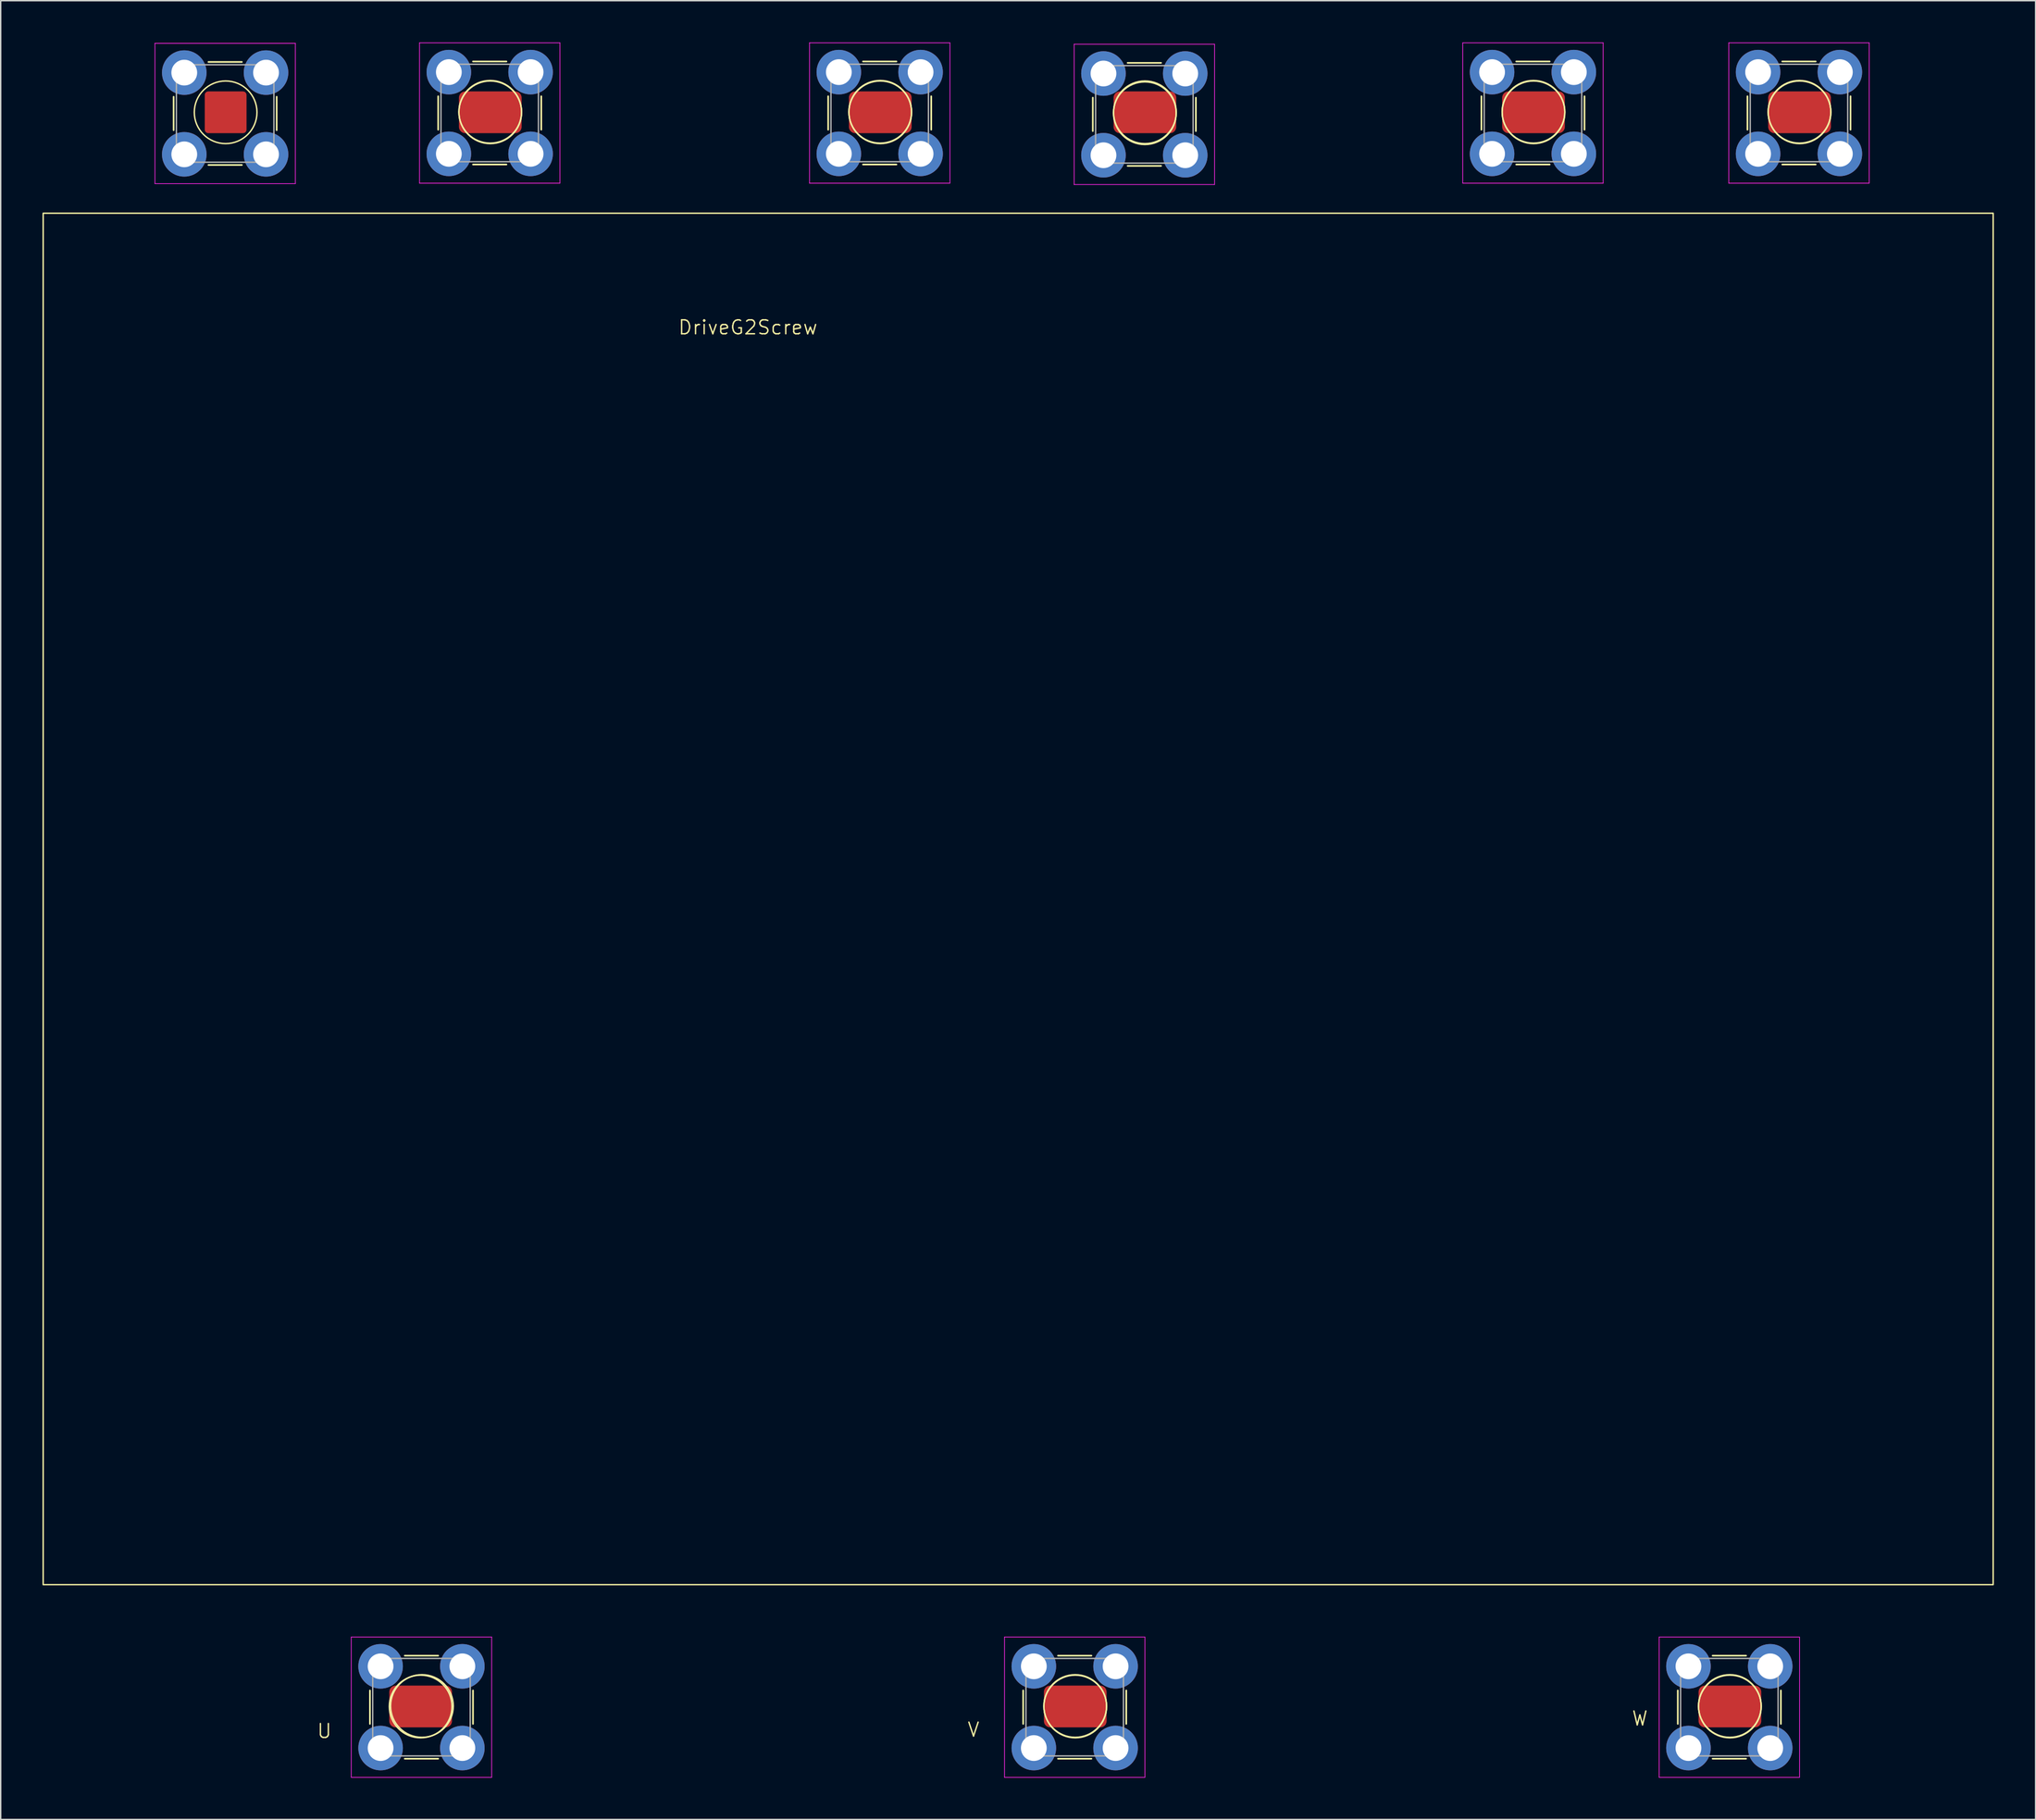
<source format=kicad_pcb>
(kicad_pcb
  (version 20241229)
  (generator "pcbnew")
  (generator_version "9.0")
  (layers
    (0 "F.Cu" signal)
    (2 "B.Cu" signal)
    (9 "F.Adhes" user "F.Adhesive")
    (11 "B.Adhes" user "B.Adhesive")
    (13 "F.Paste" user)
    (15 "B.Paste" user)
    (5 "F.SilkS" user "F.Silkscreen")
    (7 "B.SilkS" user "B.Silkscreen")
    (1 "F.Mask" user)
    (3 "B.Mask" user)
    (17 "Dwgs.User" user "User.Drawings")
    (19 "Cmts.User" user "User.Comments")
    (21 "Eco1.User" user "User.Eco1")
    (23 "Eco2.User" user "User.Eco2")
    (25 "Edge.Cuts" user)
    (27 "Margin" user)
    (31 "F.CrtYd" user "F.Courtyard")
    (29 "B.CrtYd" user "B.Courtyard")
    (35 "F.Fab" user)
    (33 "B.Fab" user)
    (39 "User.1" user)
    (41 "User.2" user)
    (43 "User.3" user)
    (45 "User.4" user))
  (footprint "DriveG2Screw"
    (layer "F.Cu")
    (at 53.55 21.265)
    (property "Reference" "DriveG2Screw" (at -2.9 -0.8 0) (unlocked yes) (layer "F.SilkS") (effects (font (size 1 1) (thickness 0.1))))
    (attr smd)
    (fp_line (start -44.135 -14.965) (end -44.135 -17.365) (stroke (width 0.12) (type solid)) (layer "F.SilkS"))
    (fp_line (start -41.635 -19.865) (end -39.235 -19.865) (stroke (width 0.12) (type solid)) (layer "F.SilkS"))
    (fp_line (start -39.235 -12.465) (end -41.635 -12.465) (stroke (width 0.12) (type solid)) (layer "F.SilkS"))
    (fp_line (start -36.735 -17.365) (end -36.735 -14.965) (stroke (width 0.12) (type solid)) (layer "F.SilkS"))
    (fp_line (start -30.04 99.5) (end -30.04 97.1) (stroke (width 0.12) (type solid)) (layer "F.SilkS"))
    (fp_line (start -27.54 94.6) (end -25.14 94.6) (stroke (width 0.12) (type solid)) (layer "F.SilkS"))
    (fp_line (start -25.14 -15) (end -25.14 -17.4) (stroke (width 0.12) (type solid)) (layer "F.SilkS"))
    (fp_line (start -25.14 102) (end -27.54 102) (stroke (width 0.12) (type solid)) (layer "F.SilkS"))
    (fp_line (start -22.64 -19.9) (end -20.24 -19.9) (stroke (width 0.12) (type solid)) (layer "F.SilkS"))
    (fp_line (start -22.64 97.1) (end -22.64 99.5) (stroke (width 0.12) (type solid)) (layer "F.SilkS"))
    (fp_line (start -20.24 -12.5) (end -22.64 -12.5) (stroke (width 0.12) (type solid)) (layer "F.SilkS"))
    (fp_line (start -17.74 -17.4) (end -17.74 -15) (stroke (width 0.12) (type solid)) (layer "F.SilkS"))
    (fp_line (start 2.86 -15) (end 2.86 -17.4) (stroke (width 0.12) (type solid)) (layer "F.SilkS"))
    (fp_line (start 5.36 -19.9) (end 7.76 -19.9) (stroke (width 0.12) (type solid)) (layer "F.SilkS"))
    (fp_line (start 7.76 -12.5) (end 5.36 -12.5) (stroke (width 0.12) (type solid)) (layer "F.SilkS"))
    (fp_line (start 10.26 -17.4) (end 10.26 -15) (stroke (width 0.12) (type solid)) (layer "F.SilkS"))
    (fp_line (start 16.86 99.5) (end 16.86 97.1) (stroke (width 0.12) (type solid)) (layer "F.SilkS"))
    (fp_line (start 19.36 94.6) (end 21.76 94.6) (stroke (width 0.12) (type solid)) (layer "F.SilkS"))
    (fp_line (start 21.76 102) (end 19.36 102) (stroke (width 0.12) (type solid)) (layer "F.SilkS"))
    (fp_line (start 21.86 -14.9) (end 21.86 -17.3) (stroke (width 0.12) (type solid)) (layer "F.SilkS"))
    (fp_line (start 24.26 97.1) (end 24.26 99.5) (stroke (width 0.12) (type solid)) (layer "F.SilkS"))
    (fp_line (start 24.36 -19.8) (end 26.76 -19.8) (stroke (width 0.12) (type solid)) (layer "F.SilkS"))
    (fp_line (start 26.76 -12.4) (end 24.36 -12.4) (stroke (width 0.12) (type solid)) (layer "F.SilkS"))
    (fp_line (start 29.26 -17.3) (end 29.26 -14.9) (stroke (width 0.12) (type solid)) (layer "F.SilkS"))
    (fp_line (start 49.76 -15) (end 49.76 -17.4) (stroke (width 0.12) (type solid)) (layer "F.SilkS"))
    (fp_line (start 52.26 -19.9) (end 54.66 -19.9) (stroke (width 0.12) (type solid)) (layer "F.SilkS"))
    (fp_line (start 54.66 -12.5) (end 52.26 -12.5) (stroke (width 0.12) (type solid)) (layer "F.SilkS"))
    (fp_line (start 57.16 -17.4) (end 57.16 -15) (stroke (width 0.12) (type solid)) (layer "F.SilkS"))
    (fp_line (start 63.86 99.5) (end 63.86 97.1) (stroke (width 0.12) (type solid)) (layer "F.SilkS"))
    (fp_line (start 66.36 94.6) (end 68.76 94.6) (stroke (width 0.12) (type solid)) (layer "F.SilkS"))
    (fp_line (start 68.76 102) (end 66.36 102) (stroke (width 0.12) (type solid)) (layer "F.SilkS"))
    (fp_line (start 68.86 -15) (end 68.86 -17.4) (stroke (width 0.12) (type solid)) (layer "F.SilkS"))
    (fp_line (start 71.26 97.1) (end 71.26 99.5) (stroke (width 0.12) (type solid)) (layer "F.SilkS"))
    (fp_line (start 71.36 -19.9) (end 73.76 -19.9) (stroke (width 0.12) (type solid)) (layer "F.SilkS"))
    (fp_line (start 73.76 -12.5) (end 71.36 -12.5) (stroke (width 0.12) (type solid)) (layer "F.SilkS"))
    (fp_line (start 76.26 -17.4) (end 76.26 -15) (stroke (width 0.12) (type solid)) (layer "F.SilkS"))
    (fp_rect (start -53.5 -9) (end 86.5 89.5) (stroke (width 0.1) (type default)) (fill no) (layer "F.SilkS"))
    (fp_circle (center -40.4 -16.25) (end -38.15 -16.25) (stroke (width 0.1) (type solid)) (fill no) (layer "F.SilkS"))
    (fp_circle (center -26.4 98.25) (end -24.15 98.25) (stroke (width 0.1) (type solid)) (fill no) (layer "F.SilkS"))
    (fp_circle (center -26.305 98.215) (end -24.055 98.215) (stroke (width 0.1) (type solid)) (fill no) (layer "F.SilkS"))
    (fp_circle (center -21.405 -16.285) (end -19.155 -16.285) (stroke (width 0.1) (type solid)) (fill no) (layer "F.SilkS"))
    (fp_circle (center -21.4 -16.25) (end -19.15 -16.25) (stroke (width 0.1) (type solid)) (fill no) (layer "F.SilkS"))
    (fp_circle (center 6.595 -16.285) (end 8.845 -16.285) (stroke (width 0.1) (type solid)) (fill no) (layer "F.SilkS"))
    (fp_circle (center 6.6 -16.25) (end 8.85 -16.25) (stroke (width 0.1) (type solid)) (fill no) (layer "F.SilkS"))
    (fp_circle (center 20.595 98.215) (end 22.845 98.215) (stroke (width 0.1) (type solid)) (fill no) (layer "F.SilkS"))
    (fp_circle (center 20.6 98.25) (end 22.85 98.25) (stroke (width 0.1) (type solid)) (fill no) (layer "F.SilkS"))
    (fp_circle (center 25.595 -16.185) (end 27.845 -16.185) (stroke (width 0.1) (type solid)) (fill no) (layer "F.SilkS"))
    (fp_circle (center 25.6 -16.25) (end 27.85 -16.25) (stroke (width 0.1) (type solid)) (fill no) (layer "F.SilkS"))
    (fp_circle (center 53.495 -16.285) (end 55.745 -16.285) (stroke (width 0.1) (type solid)) (fill no) (layer "F.SilkS"))
    (fp_circle (center 53.5 -16.25) (end 55.75 -16.25) (stroke (width 0.1) (type solid)) (fill no) (layer "F.SilkS"))
    (fp_circle (center 67.595 98.215) (end 69.845 98.215) (stroke (width 0.1) (type solid)) (fill no) (layer "F.SilkS"))
    (fp_circle (center 67.6 98.25) (end 69.85 98.25) (stroke (width 0.1) (type solid)) (fill no) (layer "F.SilkS"))
    (fp_circle (center 72.595 -16.285) (end 74.845 -16.285) (stroke (width 0.1) (type solid)) (fill no) (layer "F.SilkS"))
    (fp_circle (center 72.6 -16.25) (end 74.85 -16.25) (stroke (width 0.1) (type solid)) (fill no) (layer "F.SilkS"))
    (fp_line (start -45.475 -21.205) (end -35.395 -21.205) (stroke (width 0.05) (type solid)) (layer "F.CrtYd"))
    (fp_line (start -45.475 -11.125) (end -45.475 -21.205) (stroke (width 0.05) (type solid)) (layer "F.CrtYd"))
    (fp_line (start -35.395 -21.205) (end -35.395 -11.125) (stroke (width 0.05) (type solid)) (layer "F.CrtYd"))
    (fp_line (start -35.395 -11.125) (end -45.475 -11.125) (stroke (width 0.05) (type solid)) (layer "F.CrtYd"))
    (fp_line (start -31.38 93.26) (end -21.3 93.26) (stroke (width 0.05) (type solid)) (layer "F.CrtYd"))
    (fp_line (start -31.38 103.34) (end -31.38 93.26) (stroke (width 0.05) (type solid)) (layer "F.CrtYd"))
    (fp_line (start -26.48 -21.24) (end -16.4 -21.24) (stroke (width 0.05) (type solid)) (layer "F.CrtYd"))
    (fp_line (start -26.48 -11.16) (end -26.48 -21.24) (stroke (width 0.05) (type solid)) (layer "F.CrtYd"))
    (fp_line (start -21.3 93.26) (end -21.3 103.34) (stroke (width 0.05) (type solid)) (layer "F.CrtYd"))
    (fp_line (start -21.3 103.34) (end -31.38 103.34) (stroke (width 0.05) (type solid)) (layer "F.CrtYd"))
    (fp_line (start -16.4 -21.24) (end -16.4 -11.16) (stroke (width 0.05) (type solid)) (layer "F.CrtYd"))
    (fp_line (start -16.4 -11.16) (end -26.48 -11.16) (stroke (width 0.05) (type solid)) (layer "F.CrtYd"))
    (fp_line (start 1.52 -21.24) (end 11.6 -21.24) (stroke (width 0.05) (type solid)) (layer "F.CrtYd"))
    (fp_line (start 1.52 -11.16) (end 1.52 -21.24) (stroke (width 0.05) (type solid)) (layer "F.CrtYd"))
    (fp_line (start 11.6 -21.24) (end 11.6 -11.16) (stroke (width 0.05) (type solid)) (layer "F.CrtYd"))
    (fp_line (start 11.6 -11.16) (end 1.52 -11.16) (stroke (width 0.05) (type solid)) (layer "F.CrtYd"))
    (fp_line (start 15.52 93.26) (end 25.6 93.26) (stroke (width 0.05) (type solid)) (layer "F.CrtYd"))
    (fp_line (start 15.52 103.34) (end 15.52 93.26) (stroke (width 0.05) (type solid)) (layer "F.CrtYd"))
    (fp_line (start 20.52 -21.14) (end 30.6 -21.14) (stroke (width 0.05) (type solid)) (layer "F.CrtYd"))
    (fp_line (start 20.52 -11.06) (end 20.52 -21.14) (stroke (width 0.05) (type solid)) (layer "F.CrtYd"))
    (fp_line (start 25.6 93.26) (end 25.6 103.34) (stroke (width 0.05) (type solid)) (layer "F.CrtYd"))
    (fp_line (start 25.6 103.34) (end 15.52 103.34) (stroke (width 0.05) (type solid)) (layer "F.CrtYd"))
    (fp_line (start 30.6 -21.14) (end 30.6 -11.06) (stroke (width 0.05) (type solid)) (layer "F.CrtYd"))
    (fp_line (start 30.6 -11.06) (end 20.52 -11.06) (stroke (width 0.05) (type solid)) (layer "F.CrtYd"))
    (fp_line (start 48.42 -21.24) (end 58.5 -21.24) (stroke (width 0.05) (type solid)) (layer "F.CrtYd"))
    (fp_line (start 48.42 -11.16) (end 48.42 -21.24) (stroke (width 0.05) (type solid)) (layer "F.CrtYd"))
    (fp_line (start 58.5 -21.24) (end 58.5 -11.16) (stroke (width 0.05) (type solid)) (layer "F.CrtYd"))
    (fp_line (start 58.5 -11.16) (end 48.42 -11.16) (stroke (width 0.05) (type solid)) (layer "F.CrtYd"))
    (fp_line (start 62.52 93.26) (end 72.6 93.26) (stroke (width 0.05) (type solid)) (layer "F.CrtYd"))
    (fp_line (start 62.52 103.34) (end 62.52 93.26) (stroke (width 0.05) (type solid)) (layer "F.CrtYd"))
    (fp_line (start 67.52 -21.24) (end 77.6 -21.24) (stroke (width 0.05) (type solid)) (layer "F.CrtYd"))
    (fp_line (start 67.52 -11.16) (end 67.52 -21.24) (stroke (width 0.05) (type solid)) (layer "F.CrtYd"))
    (fp_line (start 72.6 93.26) (end 72.6 103.34) (stroke (width 0.05) (type solid)) (layer "F.CrtYd"))
    (fp_line (start 72.6 103.34) (end 62.52 103.34) (stroke (width 0.05) (type solid)) (layer "F.CrtYd"))
    (fp_line (start 77.6 -21.24) (end 77.6 -11.16) (stroke (width 0.05) (type solid)) (layer "F.CrtYd"))
    (fp_line (start 77.6 -11.16) (end 67.52 -11.16) (stroke (width 0.05) (type solid)) (layer "F.CrtYd"))
    (fp_line (start -43.935 -19.665) (end -36.935 -19.665) (stroke (width 0.1) (type solid)) (layer "F.Fab"))
    (fp_line (start -43.935 -12.665) (end -43.935 -19.665) (stroke (width 0.1) (type solid)) (layer "F.Fab"))
    (fp_line (start -36.935 -19.665) (end -36.935 -12.665) (stroke (width 0.1) (type solid)) (layer "F.Fab"))
    (fp_line (start -36.935 -12.665) (end -43.935 -12.665) (stroke (width 0.1) (type solid)) (layer "F.Fab"))
    (fp_line (start -29.84 94.8) (end -22.84 94.8) (stroke (width 0.1) (type solid)) (layer "F.Fab"))
    (fp_line (start -29.84 101.8) (end -29.84 94.8) (stroke (width 0.1) (type solid)) (layer "F.Fab"))
    (fp_line (start -24.94 -19.7) (end -17.94 -19.7) (stroke (width 0.1) (type solid)) (layer "F.Fab"))
    (fp_line (start -24.94 -12.7) (end -24.94 -19.7) (stroke (width 0.1) (type solid)) (layer "F.Fab"))
    (fp_line (start -22.84 94.8) (end -22.84 101.8) (stroke (width 0.1) (type solid)) (layer "F.Fab"))
    (fp_line (start -22.84 101.8) (end -29.84 101.8) (stroke (width 0.1) (type solid)) (layer "F.Fab"))
    (fp_line (start -17.94 -19.7) (end -17.94 -12.7) (stroke (width 0.1) (type solid)) (layer "F.Fab"))
    (fp_line (start -17.94 -12.7) (end -24.94 -12.7) (stroke (width 0.1) (type solid)) (layer "F.Fab"))
    (fp_line (start 3.06 -19.7) (end 10.06 -19.7) (stroke (width 0.1) (type solid)) (layer "F.Fab"))
    (fp_line (start 3.06 -12.7) (end 3.06 -19.7) (stroke (width 0.1) (type solid)) (layer "F.Fab"))
    (fp_line (start 10.06 -19.7) (end 10.06 -12.7) (stroke (width 0.1) (type solid)) (layer "F.Fab"))
    (fp_line (start 10.06 -12.7) (end 3.06 -12.7) (stroke (width 0.1) (type solid)) (layer "F.Fab"))
    (fp_line (start 17.06 94.8) (end 24.06 94.8) (stroke (width 0.1) (type solid)) (layer "F.Fab"))
    (fp_line (start 17.06 101.8) (end 17.06 94.8) (stroke (width 0.1) (type solid)) (layer "F.Fab"))
    (fp_line (start 22.06 -19.6) (end 29.06 -19.6) (stroke (width 0.1) (type solid)) (layer "F.Fab"))
    (fp_line (start 22.06 -12.6) (end 22.06 -19.6) (stroke (width 0.1) (type solid)) (layer "F.Fab"))
    (fp_line (start 24.06 94.8) (end 24.06 101.8) (stroke (width 0.1) (type solid)) (layer "F.Fab"))
    (fp_line (start 24.06 101.8) (end 17.06 101.8) (stroke (width 0.1) (type solid)) (layer "F.Fab"))
    (fp_line (start 29.06 -19.6) (end 29.06 -12.6) (stroke (width 0.1) (type solid)) (layer "F.Fab"))
    (fp_line (start 29.06 -12.6) (end 22.06 -12.6) (stroke (width 0.1) (type solid)) (layer "F.Fab"))
    (fp_line (start 49.96 -19.7) (end 56.96 -19.7) (stroke (width 0.1) (type solid)) (layer "F.Fab"))
    (fp_line (start 49.96 -12.7) (end 49.96 -19.7) (stroke (width 0.1) (type solid)) (layer "F.Fab"))
    (fp_line (start 56.96 -19.7) (end 56.96 -12.7) (stroke (width 0.1) (type solid)) (layer "F.Fab"))
    (fp_line (start 56.96 -12.7) (end 49.96 -12.7) (stroke (width 0.1) (type solid)) (layer "F.Fab"))
    (fp_line (start 64.06 94.8) (end 71.06 94.8) (stroke (width 0.1) (type solid)) (layer "F.Fab"))
    (fp_line (start 64.06 101.8) (end 64.06 94.8) (stroke (width 0.1) (type solid)) (layer "F.Fab"))
    (fp_line (start 69.06 -19.7) (end 76.06 -19.7) (stroke (width 0.1) (type solid)) (layer "F.Fab"))
    (fp_line (start 69.06 -12.7) (end 69.06 -19.7) (stroke (width 0.1) (type solid)) (layer "F.Fab"))
    (fp_line (start 71.06 94.8) (end 71.06 101.8) (stroke (width 0.1) (type solid)) (layer "F.Fab"))
    (fp_line (start 71.06 101.8) (end 64.06 101.8) (stroke (width 0.1) (type solid)) (layer "F.Fab"))
    (fp_line (start 76.06 -19.7) (end 76.06 -12.7) (stroke (width 0.1) (type solid)) (layer "F.Fab"))
    (fp_line (start 76.06 -12.7) (end 69.06 -12.7) (stroke (width 0.1) (type solid)) (layer "F.Fab"))
    (fp_text user "W" (at 60.5 99.7 0) (unlocked yes) (layer "F.SilkS") (effects (font (size 1 1) (thickness 0.1)) (justify left bottom)))
    (fp_text user "V" (at 12.8 100.5 0) (unlocked yes) (layer "F.SilkS") (effects (font (size 1 1) (thickness 0.1)) (justify left bottom)))
    (fp_text user "U" (at -33.9 100.6 0) (unlocked yes) (layer "F.SilkS") (effects (font (size 1 1) (thickness 0.1)) (justify left bottom)))
    (pad "" smd circle (at -43.37 -19.1) (size 3.1 3.1) (layers "F.Paste"))
    (pad "" smd circle (at -43.37 -13.23) (size 3.1 3.1) (layers "F.Paste"))
    (pad "" smd circle (at -37.5 -19.1) (size 3.1 3.1) (layers "F.Paste"))
    (pad "" smd circle (at -37.5 -13.23) (size 3.1 3.1) (layers "F.Paste"))
    (pad "" smd circle (at -29.275 95.365) (size 3.1 3.1) (layers "F.Paste"))
    (pad "" smd circle (at -29.275 101.235) (size 3.1 3.1) (layers "F.Paste"))
    (pad "" smd circle (at -24.375 -19.135) (size 3.1 3.1) (layers "F.Paste"))
    (pad "" smd circle (at -24.375 -13.265) (size 3.1 3.1) (layers "F.Paste"))
    (pad "" smd circle (at -23.405 95.365) (size 3.1 3.1) (layers "F.Paste"))
    (pad "" smd circle (at -23.405 101.235) (size 3.1 3.1) (layers "F.Paste"))
    (pad "" smd circle (at -18.505 -19.135) (size 3.1 3.1) (layers "F.Paste"))
    (pad "" smd circle (at -18.505 -13.265) (size 3.1 3.1) (layers "F.Paste"))
    (pad "" smd circle (at 3.625 -19.135) (size 3.1 3.1) (layers "F.Paste"))
    (pad "" smd circle (at 3.625 -13.265) (size 3.1 3.1) (layers "F.Paste"))
    (pad "" smd circle (at 9.495 -19.135) (size 3.1 3.1) (layers "F.Paste"))
    (pad "" smd circle (at 9.495 -13.265) (size 3.1 3.1) (layers "F.Paste"))
    (pad "" smd circle (at 17.625 95.365) (size 3.1 3.1) (layers "F.Paste"))
    (pad "" smd circle (at 17.625 101.235) (size 3.1 3.1) (layers "F.Paste"))
    (pad "" smd circle (at 22.625 -19.035) (size 3.1 3.1) (layers "F.Paste"))
    (pad "" smd circle (at 22.625 -13.165) (size 3.1 3.1) (layers "F.Paste"))
    (pad "" smd circle (at 23.495 95.365) (size 3.1 3.1) (layers "F.Paste"))
    (pad "" smd circle (at 23.495 101.235) (size 3.1 3.1) (layers "F.Paste"))
    (pad "" smd circle (at 28.495 -19.035) (size 3.1 3.1) (layers "F.Paste"))
    (pad "" smd circle (at 28.495 -13.165) (size 3.1 3.1) (layers "F.Paste"))
    (pad "" smd circle (at 50.525 -19.135) (size 3.1 3.1) (layers "F.Paste"))
    (pad "" smd circle (at 50.525 -13.265) (size 3.1 3.1) (layers "F.Paste"))
    (pad "" smd circle (at 56.395 -19.135) (size 3.1 3.1) (layers "F.Paste"))
    (pad "" smd circle (at 56.395 -13.265) (size 3.1 3.1) (layers "F.Paste"))
    (pad "" smd circle (at 64.625 95.365) (size 3.1 3.1) (layers "F.Paste"))
    (pad "" smd circle (at 64.625 101.235) (size 3.1 3.1) (layers "F.Paste"))
    (pad "" smd circle (at 69.625 -19.135) (size 3.1 3.1) (layers "F.Paste"))
    (pad "" smd circle (at 69.625 -13.265) (size 3.1 3.1) (layers "F.Paste"))
    (pad "" smd circle (at 70.495 95.365) (size 3.1 3.1) (layers "F.Paste"))
    (pad "" smd circle (at 70.495 101.235) (size 3.1 3.1) (layers "F.Paste"))
    (pad "" smd circle (at 75.495 -19.135) (size 3.1 3.1) (layers "F.Paste"))
    (pad "" smd circle (at 75.495 -13.265) (size 3.1 3.1) (layers "F.Paste"))
    (pad "1" thru_hole circle (at -43.37 -19.1) (size 3.2 3.2) (drill 1.85) (layers "*.Cu" "*.Mask"))
    (pad "1" thru_hole circle (at -43.37 -13.23) (size 3.2 3.2) (drill 1.85) (layers "*.Cu" "*.Mask"))
    (pad "1" smd roundrect (at -40.4 -16.25) (size 3 3) (layers "F.Cu" "F.Mask" "F.Paste") (roundrect_rratio 0.083))
    (pad "1" thru_hole circle (at -37.5 -19.1) (size 3.2 3.2) (drill 1.85) (layers "*.Cu" "*.Mask"))
    (pad "1" thru_hole circle (at -37.5 -13.23) (size 3.2 3.2) (drill 1.85) (layers "*.Cu" "*.Mask"))
    (pad "2" thru_hole circle (at -24.375 -19.135) (size 3.2 3.2) (drill 1.85) (layers "*.Cu" "*.Mask"))
    (pad "2" thru_hole circle (at -24.375 -13.265) (size 3.2 3.2) (drill 1.85) (layers "*.Cu" "*.Mask"))
    (pad "2" smd roundrect (at -21.4 -16.25) (size 4.5 3) (layers "F.Cu" "F.Mask" "F.Paste") (roundrect_rratio 0.15))
    (pad "2" thru_hole circle (at -18.505 -19.135) (size 3.2 3.2) (drill 1.85) (layers "*.Cu" "*.Mask"))
    (pad "2" thru_hole circle (at -18.505 -13.265) (size 3.2 3.2) (drill 1.85) (layers "*.Cu" "*.Mask"))
    (pad "3" thru_hole circle (at 3.625 -19.135) (size 3.2 3.2) (drill 1.85) (layers "*.Cu" "*.Mask"))
    (pad "3" thru_hole circle (at 3.625 -13.265) (size 3.2 3.2) (drill 1.85) (layers "*.Cu" "*.Mask"))
    (pad "3" smd roundrect (at 6.6 -16.25) (size 4.5 3) (layers "F.Cu" "F.Mask" "F.Paste") (roundrect_rratio 0.15))
    (pad "3" thru_hole circle (at 9.495 -19.135) (size 3.2 3.2) (drill 1.85) (layers "*.Cu" "*.Mask"))
    (pad "3" thru_hole circle (at 9.495 -13.265) (size 3.2 3.2) (drill 1.85) (layers "*.Cu" "*.Mask"))
    (pad "4" thru_hole circle (at 22.625 -19.035) (size 3.2 3.2) (drill 1.85) (layers "*.Cu" "*.Mask"))
    (pad "4" thru_hole circle (at 22.625 -13.165) (size 3.2 3.2) (drill 1.85) (layers "*.Cu" "*.Mask"))
    (pad "4" smd roundrect (at 25.6 -16.25) (size 4.5 3) (layers "F.Cu" "F.Mask" "F.Paste") (roundrect_rratio 0.15))
    (pad "4" thru_hole circle (at 28.495 -19.035) (size 3.2 3.2) (drill 1.85) (layers "*.Cu" "*.Mask"))
    (pad "4" thru_hole circle (at 28.495 -13.165) (size 3.2 3.2) (drill 1.85) (layers "*.Cu" "*.Mask"))
    (pad "5" thru_hole circle (at 50.525 -19.135) (size 3.2 3.2) (drill 1.85) (layers "*.Cu" "*.Mask"))
    (pad "5" thru_hole circle (at 50.525 -13.265) (size 3.2 3.2) (drill 1.85) (layers "*.Cu" "*.Mask"))
    (pad "5" smd roundrect (at 53.5 -16.25) (size 4.5 3) (layers "F.Cu" "F.Mask" "F.Paste") (roundrect_rratio 0.15))
    (pad "5" thru_hole circle (at 56.395 -19.135) (size 3.2 3.2) (drill 1.85) (layers "*.Cu" "*.Mask"))
    (pad "5" thru_hole circle (at 56.395 -13.265) (size 3.2 3.2) (drill 1.85) (layers "*.Cu" "*.Mask"))
    (pad "6" thru_hole circle (at 69.625 -19.135) (size 3.2 3.2) (drill 1.85) (layers "*.Cu" "*.Mask"))
    (pad "6" thru_hole circle (at 69.625 -13.265) (size 3.2 3.2) (drill 1.85) (layers "*.Cu" "*.Mask"))
    (pad "6" smd roundrect (at 72.6 -16.25) (size 4.5 3) (layers "F.Cu" "F.Mask" "F.Paste") (roundrect_rratio 0.15))
    (pad "6" thru_hole circle (at 75.495 -19.135) (size 3.2 3.2) (drill 1.85) (layers "*.Cu" "*.Mask"))
    (pad "6" thru_hole circle (at 75.495 -13.265) (size 3.2 3.2) (drill 1.85) (layers "*.Cu" "*.Mask"))
    (pad "7" thru_hole circle (at -29.275 95.365) (size 3.2 3.2) (drill 1.85) (layers "*.Cu" "*.Mask"))
    (pad "7" thru_hole circle (at -29.275 101.235) (size 3.2 3.2) (drill 1.85) (layers "*.Cu" "*.Mask"))
    (pad "7" smd roundrect (at -26.4 98.25) (size 4.5 3) (layers "F.Cu" "F.Mask" "F.Paste") (roundrect_rratio 0.15))
    (pad "7" thru_hole circle (at -23.405 95.365) (size 3.2 3.2) (drill 1.85) (layers "*.Cu" "*.Mask"))
    (pad "7" thru_hole circle (at -23.405 101.235) (size 3.2 3.2) (drill 1.85) (layers "*.Cu" "*.Mask"))
    (pad "8" thru_hole circle (at 17.625 95.365) (size 3.2 3.2) (drill 1.85) (layers "*.Cu" "*.Mask"))
    (pad "8" thru_hole circle (at 17.625 101.235) (size 3.2 3.2) (drill 1.85) (layers "*.Cu" "*.Mask"))
    (pad "8" smd roundrect (at 20.6 98.25) (size 4.5 3) (layers "F.Cu" "F.Mask" "F.Paste") (roundrect_rratio 0.15))
    (pad "8" thru_hole circle (at 23.495 95.365) (size 3.2 3.2) (drill 1.85) (layers "*.Cu" "*.Mask"))
    (pad "8" thru_hole circle (at 23.495 101.235) (size 3.2 3.2) (drill 1.85) (layers "*.Cu" "*.Mask"))
    (pad "9" thru_hole circle (at 64.625 95.365) (size 3.2 3.2) (drill 1.85) (layers "*.Cu" "*.Mask"))
    (pad "9" thru_hole circle (at 64.625 101.235) (size 3.2 3.2) (drill 1.85) (layers "*.Cu" "*.Mask"))
    (pad "9" smd roundrect (at 67.6 98.25) (size 4.5 3) (layers "F.Cu" "F.Mask" "F.Paste") (roundrect_rratio 0.15))
    (pad "9" thru_hole circle (at 70.495 95.365) (size 3.2 3.2) (drill 1.85) (layers "*.Cu" "*.Mask"))
    (pad "9" thru_hole circle (at 70.495 101.235) (size 3.2 3.2) (drill 1.85) (layers "*.Cu" "*.Mask")))
  (gr_rect
    (start -3 -3)
    (end 143.1 127.63)
    (stroke (width 0.1) (type default))
    (fill no)
    (layer "Edge.Cuts")))
</source>
